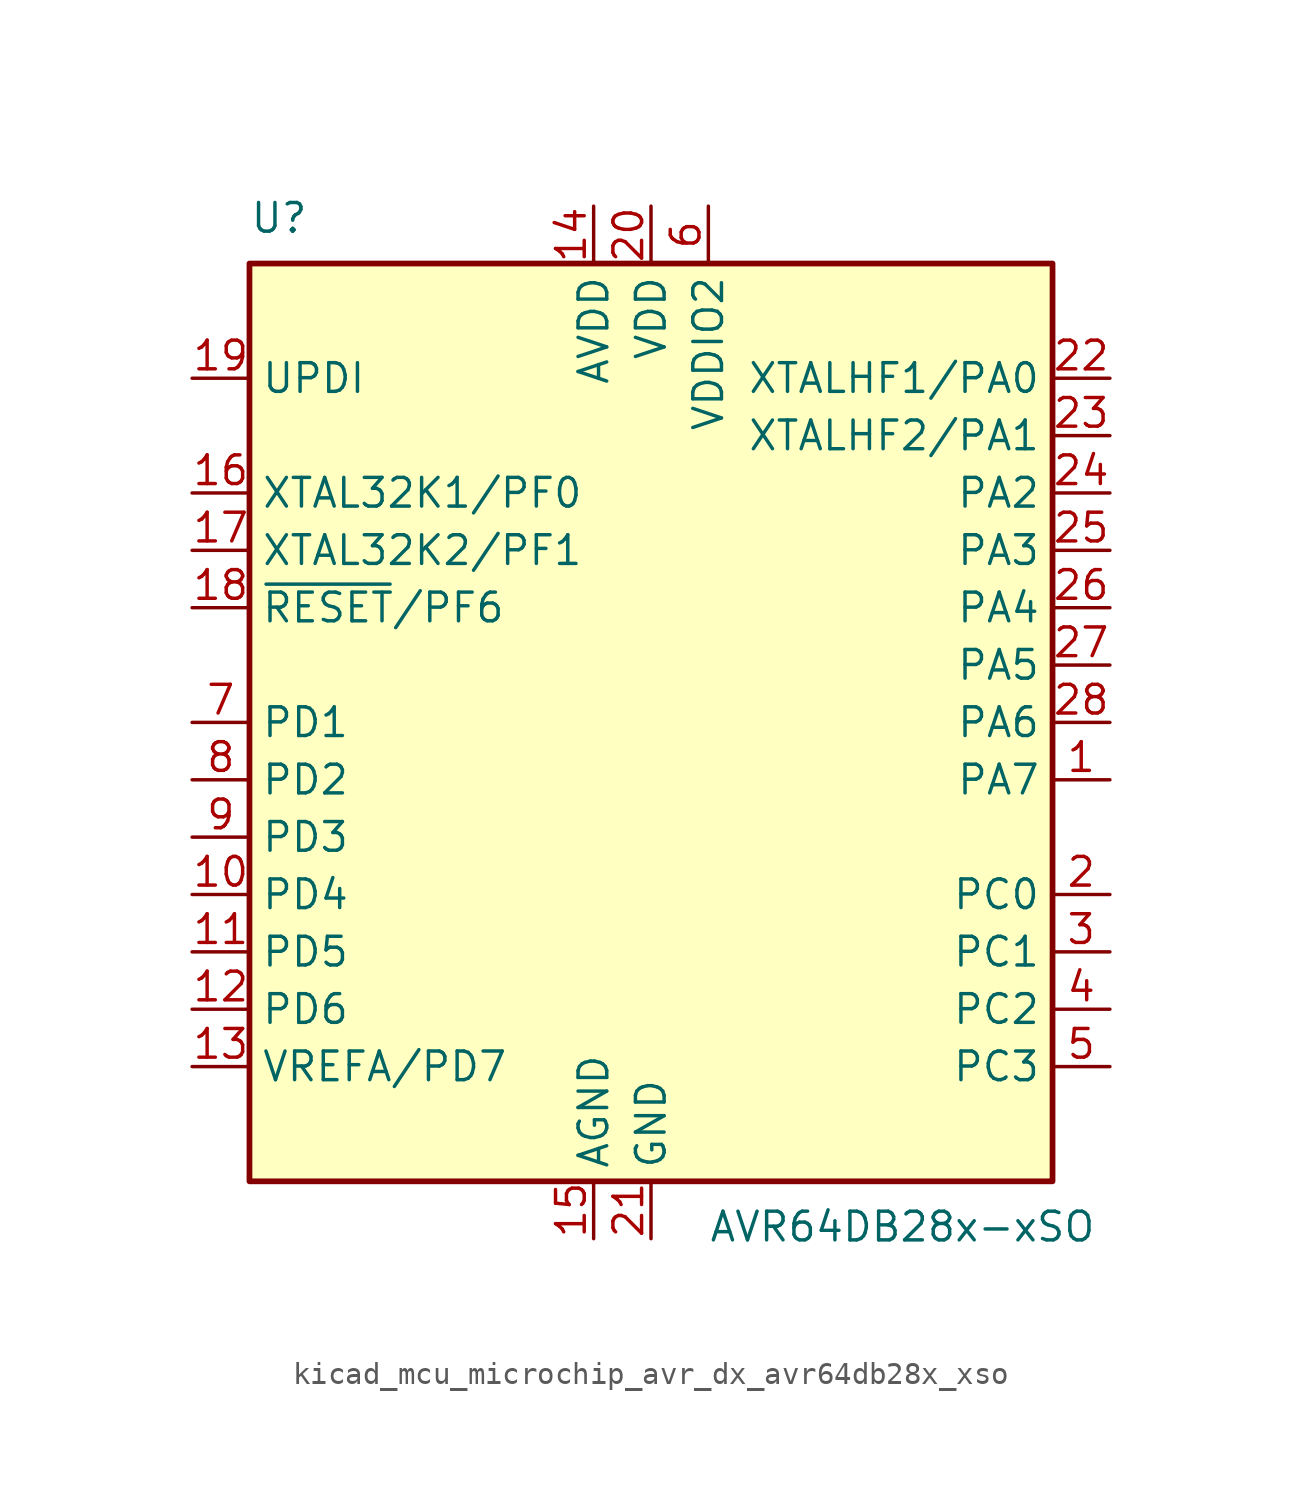
<source format=kicad_sym>
(kicad_symbol_lib
  (version 20220914)
  (generator kicad_symbol_editor)
  (symbol "kicad_mcu_microchip_avr_dx_avr64db28x_xso"
    (property "Reference" "U"
      (at -17.78 21.59 0)
      (effects (font (size 1.27 1.27)) (justify left bottom)))
    (property "Value" "AVR64DB28x-xSO"
      (at 2.54 -21.59 0)
      (effects (font (size 1.27 1.27)) (justify left top)))
    (symbol "kicad_mcu_microchip_avr_dx_avr64db28x_xso_0_1"
      (rectangle (start -17.78 20.32) (end 17.78 -20.32) (stroke (width 0.254) (type default)) (fill (type background))))
    (symbol "kicad_mcu_microchip_avr_dx_avr64db28x_xso_1_1"
      (pin bidirectional line (at 20.32 -2.54 180) (length 2.54) (name "PA7" (effects (font (size 1.27 1.27)))) (number "1" (effects (font (size 1.27 1.27)))))
      (pin bidirectional line (at -20.32 -7.62 0) (length 2.54) (name "PD4" (effects (font (size 1.27 1.27)))) (number "10" (effects (font (size 1.27 1.27)))))
      (pin bidirectional line (at -20.32 -10.16 0) (length 2.54) (name "PD5" (effects (font (size 1.27 1.27)))) (number "11" (effects (font (size 1.27 1.27)))))
      (pin bidirectional line (at -20.32 -12.7 0) (length 2.54) (name "PD6" (effects (font (size 1.27 1.27)))) (number "12" (effects (font (size 1.27 1.27)))))
      (pin bidirectional line (at -20.32 -15.24 0) (length 2.54) (name "VREFA/PD7" (effects (font (size 1.27 1.27)))) (number "13" (effects (font (size 1.27 1.27)))))
      (pin power_in line (at -2.54 22.86 270) (length 2.54) (name "AVDD" (effects (font (size 1.27 1.27)))) (number "14" (effects (font (size 1.27 1.27)))))
      (pin power_in line (at -2.54 -22.86 90) (length 2.54) (name "AGND" (effects (font (size 1.27 1.27)))) (number "15" (effects (font (size 1.27 1.27)))))
      (pin bidirectional line (at -20.32 10.16 0) (length 2.54) (name "XTAL32K1/PF0" (effects (font (size 1.27 1.27)))) (number "16" (effects (font (size 1.27 1.27)))))
      (pin bidirectional line (at -20.32 7.62 0) (length 2.54) (name "XTAL32K2/PF1" (effects (font (size 1.27 1.27)))) (number "17" (effects (font (size 1.27 1.27)))))
      (pin bidirectional line (at -20.32 5.08 0) (length 2.54) (name "~{RESET}/PF6" (effects (font (size 1.27 1.27)))) (number "18" (effects (font (size 1.27 1.27)))))
      (pin input line (at -20.32 15.24 0) (length 2.54) (name "UPDI" (effects (font (size 1.27 1.27)))) (number "19" (effects (font (size 1.27 1.27)))))
      (pin bidirectional line (at 20.32 -7.62 180) (length 2.54) (name "PC0" (effects (font (size 1.27 1.27)))) (number "2" (effects (font (size 1.27 1.27)))))
      (pin power_in line (at 0 22.86 270) (length 2.54) (name "VDD" (effects (font (size 1.27 1.27)))) (number "20" (effects (font (size 1.27 1.27)))))
      (pin power_in line (at 0 -22.86 90) (length 2.54) (name "GND" (effects (font (size 1.27 1.27)))) (number "21" (effects (font (size 1.27 1.27)))))
      (pin bidirectional line (at 20.32 15.24 180) (length 2.54) (name "XTALHF1/PA0" (effects (font (size 1.27 1.27)))) (number "22" (effects (font (size 1.27 1.27)))))
      (pin bidirectional line (at 20.32 12.7 180) (length 2.54) (name "XTALHF2/PA1" (effects (font (size 1.27 1.27)))) (number "23" (effects (font (size 1.27 1.27)))))
      (pin bidirectional line (at 20.32 10.16 180) (length 2.54) (name "PA2" (effects (font (size 1.27 1.27)))) (number "24" (effects (font (size 1.27 1.27)))))
      (pin bidirectional line (at 20.32 7.62 180) (length 2.54) (name "PA3" (effects (font (size 1.27 1.27)))) (number "25" (effects (font (size 1.27 1.27)))))
      (pin bidirectional line (at 20.32 5.08 180) (length 2.54) (name "PA4" (effects (font (size 1.27 1.27)))) (number "26" (effects (font (size 1.27 1.27)))))
      (pin bidirectional line (at 20.32 2.54 180) (length 2.54) (name "PA5" (effects (font (size 1.27 1.27)))) (number "27" (effects (font (size 1.27 1.27)))))
      (pin bidirectional line (at 20.32 0 180) (length 2.54) (name "PA6" (effects (font (size 1.27 1.27)))) (number "28" (effects (font (size 1.27 1.27)))))
      (pin bidirectional line (at 20.32 -10.16 180) (length 2.54) (name "PC1" (effects (font (size 1.27 1.27)))) (number "3" (effects (font (size 1.27 1.27)))))
      (pin bidirectional line (at 20.32 -12.7 180) (length 2.54) (name "PC2" (effects (font (size 1.27 1.27)))) (number "4" (effects (font (size 1.27 1.27)))))
      (pin bidirectional line (at 20.32 -15.24 180) (length 2.54) (name "PC3" (effects (font (size 1.27 1.27)))) (number "5" (effects (font (size 1.27 1.27)))))
      (pin power_in line (at 2.54 22.86 270) (length 2.54) (name "VDDIO2" (effects (font (size 1.27 1.27)))) (number "6" (effects (font (size 1.27 1.27)))))
      (pin bidirectional line (at -20.32 0 0) (length 2.54) (name "PD1" (effects (font (size 1.27 1.27)))) (number "7" (effects (font (size 1.27 1.27)))))
      (pin bidirectional line (at -20.32 -2.54 0) (length 2.54) (name "PD2" (effects (font (size 1.27 1.27)))) (number "8" (effects (font (size 1.27 1.27)))))
      (pin bidirectional line (at -20.32 -5.08 0) (length 2.54) (name "PD3" (effects (font (size 1.27 1.27)))) (number "9" (effects (font (size 1.27 1.27))))))))
</source>
